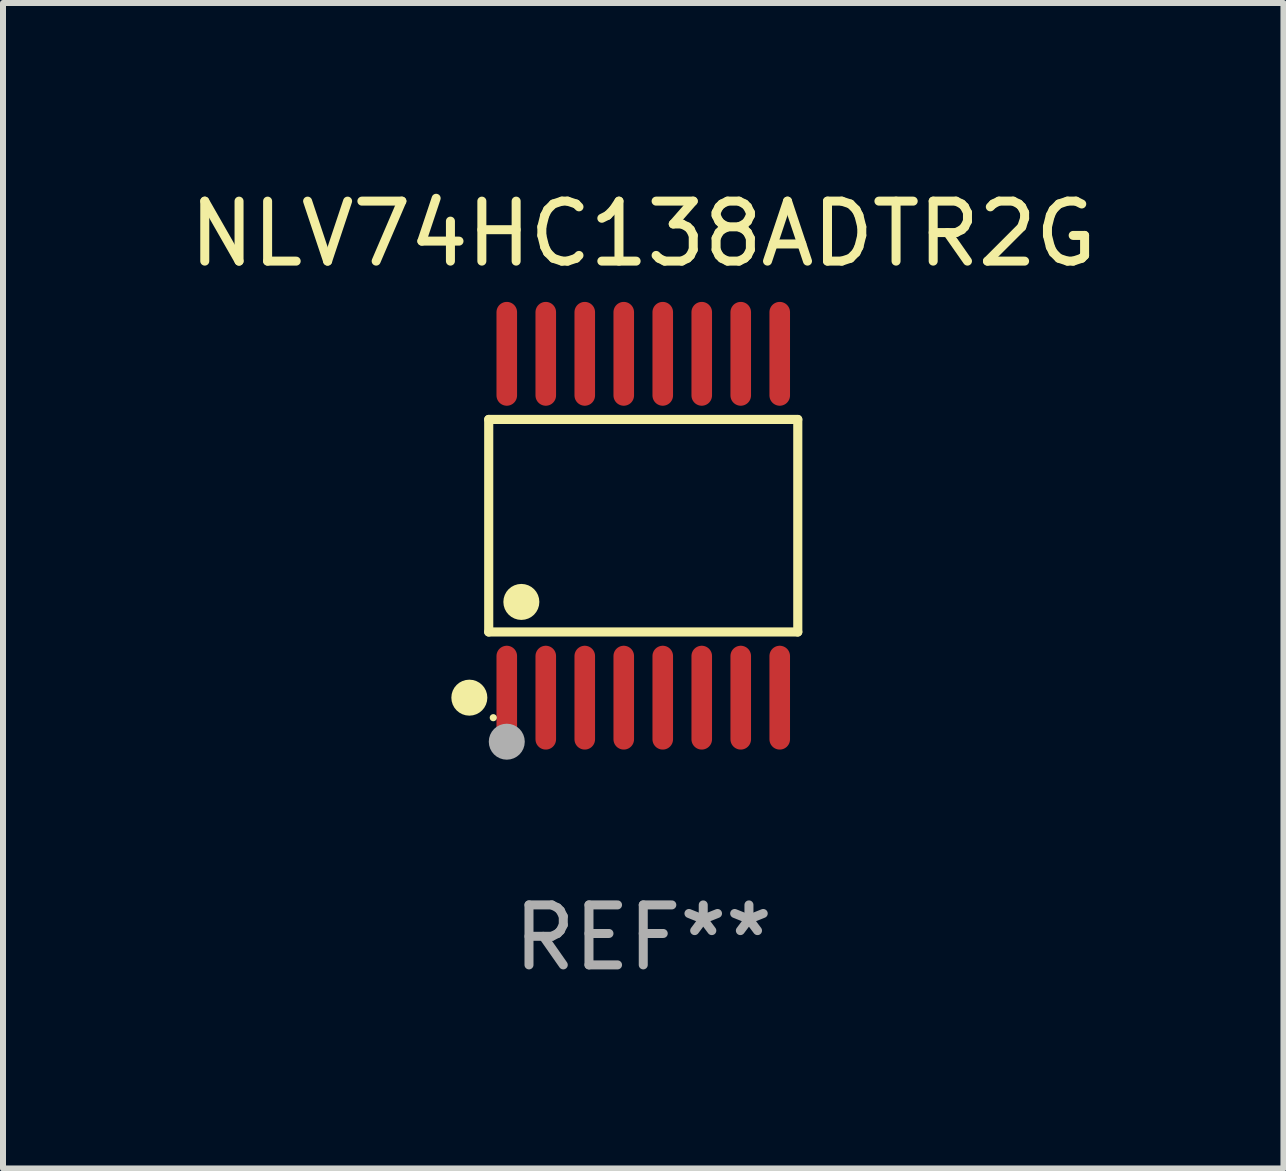
<source format=kicad_pcb>
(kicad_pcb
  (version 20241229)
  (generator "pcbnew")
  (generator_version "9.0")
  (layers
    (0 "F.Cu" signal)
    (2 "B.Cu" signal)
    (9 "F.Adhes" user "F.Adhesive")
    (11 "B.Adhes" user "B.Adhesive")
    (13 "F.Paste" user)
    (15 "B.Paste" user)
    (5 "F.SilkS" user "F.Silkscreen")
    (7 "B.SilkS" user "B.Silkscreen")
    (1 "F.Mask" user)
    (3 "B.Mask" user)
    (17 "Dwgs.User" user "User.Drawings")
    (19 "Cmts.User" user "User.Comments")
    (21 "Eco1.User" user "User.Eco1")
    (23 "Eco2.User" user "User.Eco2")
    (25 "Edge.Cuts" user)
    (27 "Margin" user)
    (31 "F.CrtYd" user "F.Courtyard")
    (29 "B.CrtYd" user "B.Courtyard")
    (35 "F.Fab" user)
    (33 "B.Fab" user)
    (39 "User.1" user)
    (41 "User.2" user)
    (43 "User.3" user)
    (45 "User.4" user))
  (footprint "NLV74HC138ADTR2G"
    (layer "F.Cu")
    (at 7.673 5.714)
    (property "Reference" "NLV74HC138ADTR2G" (at 0 -4.866 0) (layer "F.SilkS") (effects (font (size 1 1) (thickness 0.15))))
    (attr through_hole)
    (fp_line (start -2.576 -1.772) (end 2.576 -1.772) (stroke (width 0.152) (type solid)) (layer "F.SilkS"))
    (fp_line (start -2.576 1.771) (end -2.576 -1.772) (stroke (width 0.152) (type solid)) (layer "F.SilkS"))
    (fp_line (start 2.576 -1.772) (end 2.576 1.771) (stroke (width 0.152) (type solid)) (layer "F.SilkS"))
    (fp_line (start 2.576 1.771) (end -2.576 1.771) (stroke (width 0.152) (type solid)) (layer "F.SilkS"))
    (fp_circle (center -2.899 2.866) (end -2.749 2.866) (stroke (width 0.3) (type solid)) (fill no) (layer "F.SilkS"))
    (fp_circle (center -2.5 3.2) (end -2.47 3.2) (stroke (width 0.06) (type solid)) (fill no) (layer "F.SilkS"))
    (fp_circle (center -2.032 1.27) (end -1.882 1.27) (stroke (width 0.3) (type solid)) (fill no) (layer "F.SilkS"))
    (fp_circle (center -2.275 3.6) (end -2.125 3.6) (stroke (width 0.3) (type solid)) (fill no) (layer "F.Fab"))
    (fp_text user "REF**" (at 0 6.866 0) (layer "F.Fab") (effects (font (size 1 1) (thickness 0.15))))
    (pad "1" smd oval (at -2.275 2.866) (size 0.343 1.731) (layers "F.Cu" "F.Mask" "F.Paste"))
    (pad "2" smd oval (at -1.625 2.866) (size 0.343 1.731) (layers "F.Cu" "F.Mask" "F.Paste"))
    (pad "3" smd oval (at -0.975 2.866) (size 0.343 1.731) (layers "F.Cu" "F.Mask" "F.Paste"))
    (pad "4" smd oval (at -0.325 2.866) (size 0.343 1.731) (layers "F.Cu" "F.Mask" "F.Paste"))
    (pad "5" smd oval (at 0.325 2.866) (size 0.343 1.731) (layers "F.Cu" "F.Mask" "F.Paste"))
    (pad "6" smd oval (at 0.975 2.866) (size 0.343 1.731) (layers "F.Cu" "F.Mask" "F.Paste"))
    (pad "7" smd oval (at 1.625 2.866) (size 0.343 1.731) (layers "F.Cu" "F.Mask" "F.Paste"))
    (pad "8" smd oval (at 2.275 2.866) (size 0.343 1.731) (layers "F.Cu" "F.Mask" "F.Paste"))
    (pad "9" smd oval (at 2.275 -2.866) (size 0.343 1.731) (layers "F.Cu" "F.Mask" "F.Paste"))
    (pad "10" smd oval (at 1.625 -2.866) (size 0.343 1.731) (layers "F.Cu" "F.Mask" "F.Paste"))
    (pad "11" smd oval (at 0.975 -2.866) (size 0.343 1.731) (layers "F.Cu" "F.Mask" "F.Paste"))
    (pad "12" smd oval (at 0.325 -2.866) (size 0.343 1.731) (layers "F.Cu" "F.Mask" "F.Paste"))
    (pad "13" smd oval (at -0.325 -2.866) (size 0.343 1.731) (layers "F.Cu" "F.Mask" "F.Paste"))
    (pad "14" smd oval (at -0.975 -2.866) (size 0.343 1.731) (layers "F.Cu" "F.Mask" "F.Paste"))
    (pad "15" smd oval (at -1.625 -2.866) (size 0.343 1.731) (layers "F.Cu" "F.Mask" "F.Paste"))
    (pad "16" smd oval (at -2.275 -2.866) (size 0.343 1.731) (layers "F.Cu" "F.Mask" "F.Paste")))
  (gr_rect
    (start -3 -3)
    (end 18.345 16.428)
    (stroke (width 0.1) (type default))
    (fill no)
    (layer "Edge.Cuts")))
</source>
